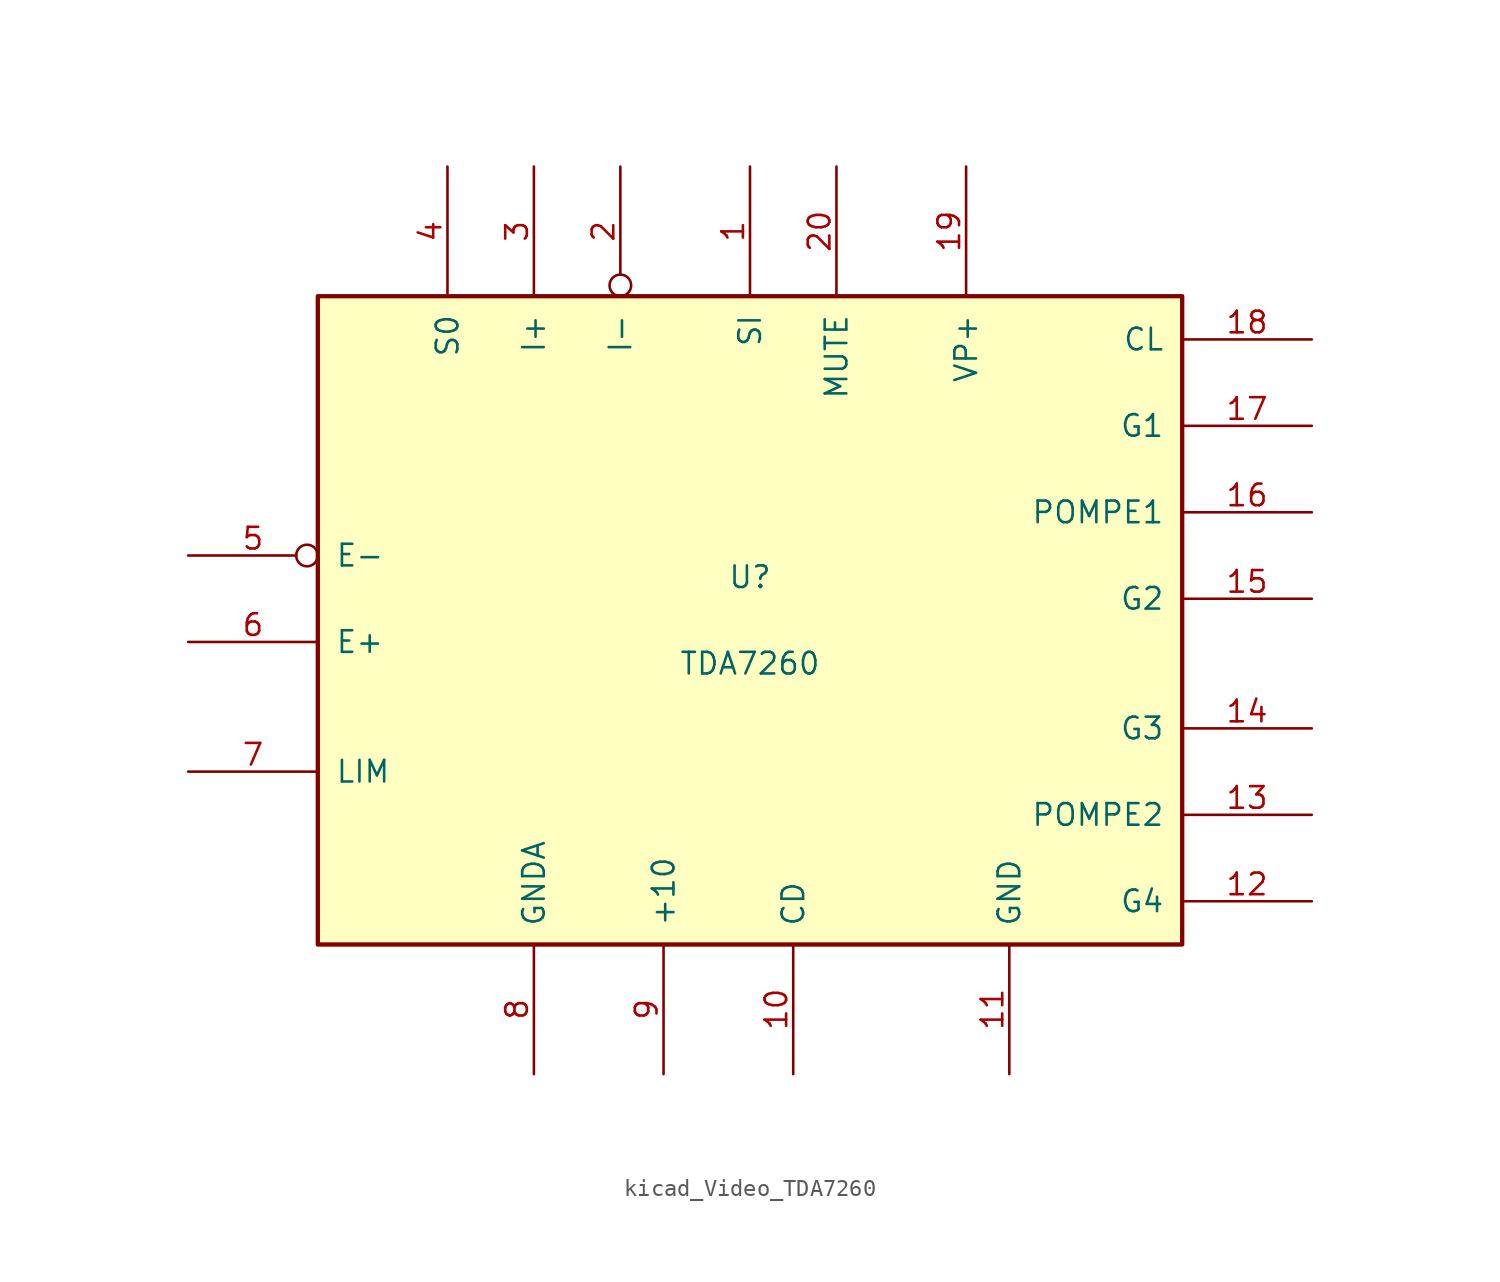
<source format=kicad_sym>
(kicad_symbol_lib
  (version 20220914)
  (generator kicad_symbol_editor)
  (symbol "kicad_Video_TDA7260"
    (pin_names
      (offset 1.016))
    (property "Reference" "U"
      (at 0 2.54 0)
      (effects (font (size 1.27 1.27))))
    (property "Value" "TDA7260"
      (at 0 -2.54 0)
      (effects (font (size 1.27 1.27))))
    (symbol "kicad_Video_TDA7260_0_1"
      (rectangle (start -25.4 -19.05) (end 25.4 19.05) (stroke (width 0.254) (type default)) (fill (type background))))
    (symbol "kicad_Video_TDA7260_1_1"
      (pin output line (at 0 26.67 270) (length 7.62) (name "SI" (effects (font (size 1.27 1.27)))) (number "1" (effects (font (size 1.27 1.27)))))
      (pin input line (at 2.54 -26.67 90) (length 7.62) (name "CD" (effects (font (size 1.27 1.27)))) (number "10" (effects (font (size 1.27 1.27)))))
      (pin power_in line (at 15.24 -26.67 90) (length 7.62) (name "GND" (effects (font (size 1.27 1.27)))) (number "11" (effects (font (size 1.27 1.27)))))
      (pin output line (at 33.02 -16.51 180) (length 7.62) (name "G4" (effects (font (size 1.27 1.27)))) (number "12" (effects (font (size 1.27 1.27)))))
      (pin input line (at 33.02 -11.43 180) (length 7.62) (name "POMPE2" (effects (font (size 1.27 1.27)))) (number "13" (effects (font (size 1.27 1.27)))))
      (pin output line (at 33.02 -6.35 180) (length 7.62) (name "G3" (effects (font (size 1.27 1.27)))) (number "14" (effects (font (size 1.27 1.27)))))
      (pin output line (at 33.02 1.27 180) (length 7.62) (name "G2" (effects (font (size 1.27 1.27)))) (number "15" (effects (font (size 1.27 1.27)))))
      (pin input line (at 33.02 6.35 180) (length 7.62) (name "POMPE1" (effects (font (size 1.27 1.27)))) (number "16" (effects (font (size 1.27 1.27)))))
      (pin output line (at 33.02 11.43 180) (length 7.62) (name "G1" (effects (font (size 1.27 1.27)))) (number "17" (effects (font (size 1.27 1.27)))))
      (pin input line (at 33.02 16.51 180) (length 7.62) (name "CL" (effects (font (size 1.27 1.27)))) (number "18" (effects (font (size 1.27 1.27)))))
      (pin input line (at 12.7 26.67 270) (length 7.62) (name "VP+" (effects (font (size 1.27 1.27)))) (number "19" (effects (font (size 1.27 1.27)))))
      (pin input inverted (at -7.62 26.67 270) (length 7.62) (name "I-" (effects (font (size 1.27 1.27)))) (number "2" (effects (font (size 1.27 1.27)))))
      (pin input line (at 5.08 26.67 270) (length 7.62) (name "MUTE" (effects (font (size 1.27 1.27)))) (number "20" (effects (font (size 1.27 1.27)))))
      (pin input line (at -12.7 26.67 270) (length 7.62) (name "I+" (effects (font (size 1.27 1.27)))) (number "3" (effects (font (size 1.27 1.27)))))
      (pin output line (at -17.78 26.67 270) (length 7.62) (name "S0" (effects (font (size 1.27 1.27)))) (number "4" (effects (font (size 1.27 1.27)))))
      (pin input inverted (at -33.02 3.81 0) (length 7.62) (name "E-" (effects (font (size 1.27 1.27)))) (number "5" (effects (font (size 1.27 1.27)))))
      (pin input line (at -33.02 -1.27 0) (length 7.62) (name "E+" (effects (font (size 1.27 1.27)))) (number "6" (effects (font (size 1.27 1.27)))))
      (pin output line (at -33.02 -8.89 0) (length 7.62) (name "LIM" (effects (font (size 1.27 1.27)))) (number "7" (effects (font (size 1.27 1.27)))))
      (pin power_in line (at -12.7 -26.67 90) (length 7.62) (name "GNDA" (effects (font (size 1.27 1.27)))) (number "8" (effects (font (size 1.27 1.27)))))
      (pin output line (at -5.08 -26.67 90) (length 7.62) (name "+10" (effects (font (size 1.27 1.27)))) (number "9" (effects (font (size 1.27 1.27))))))))
</source>
